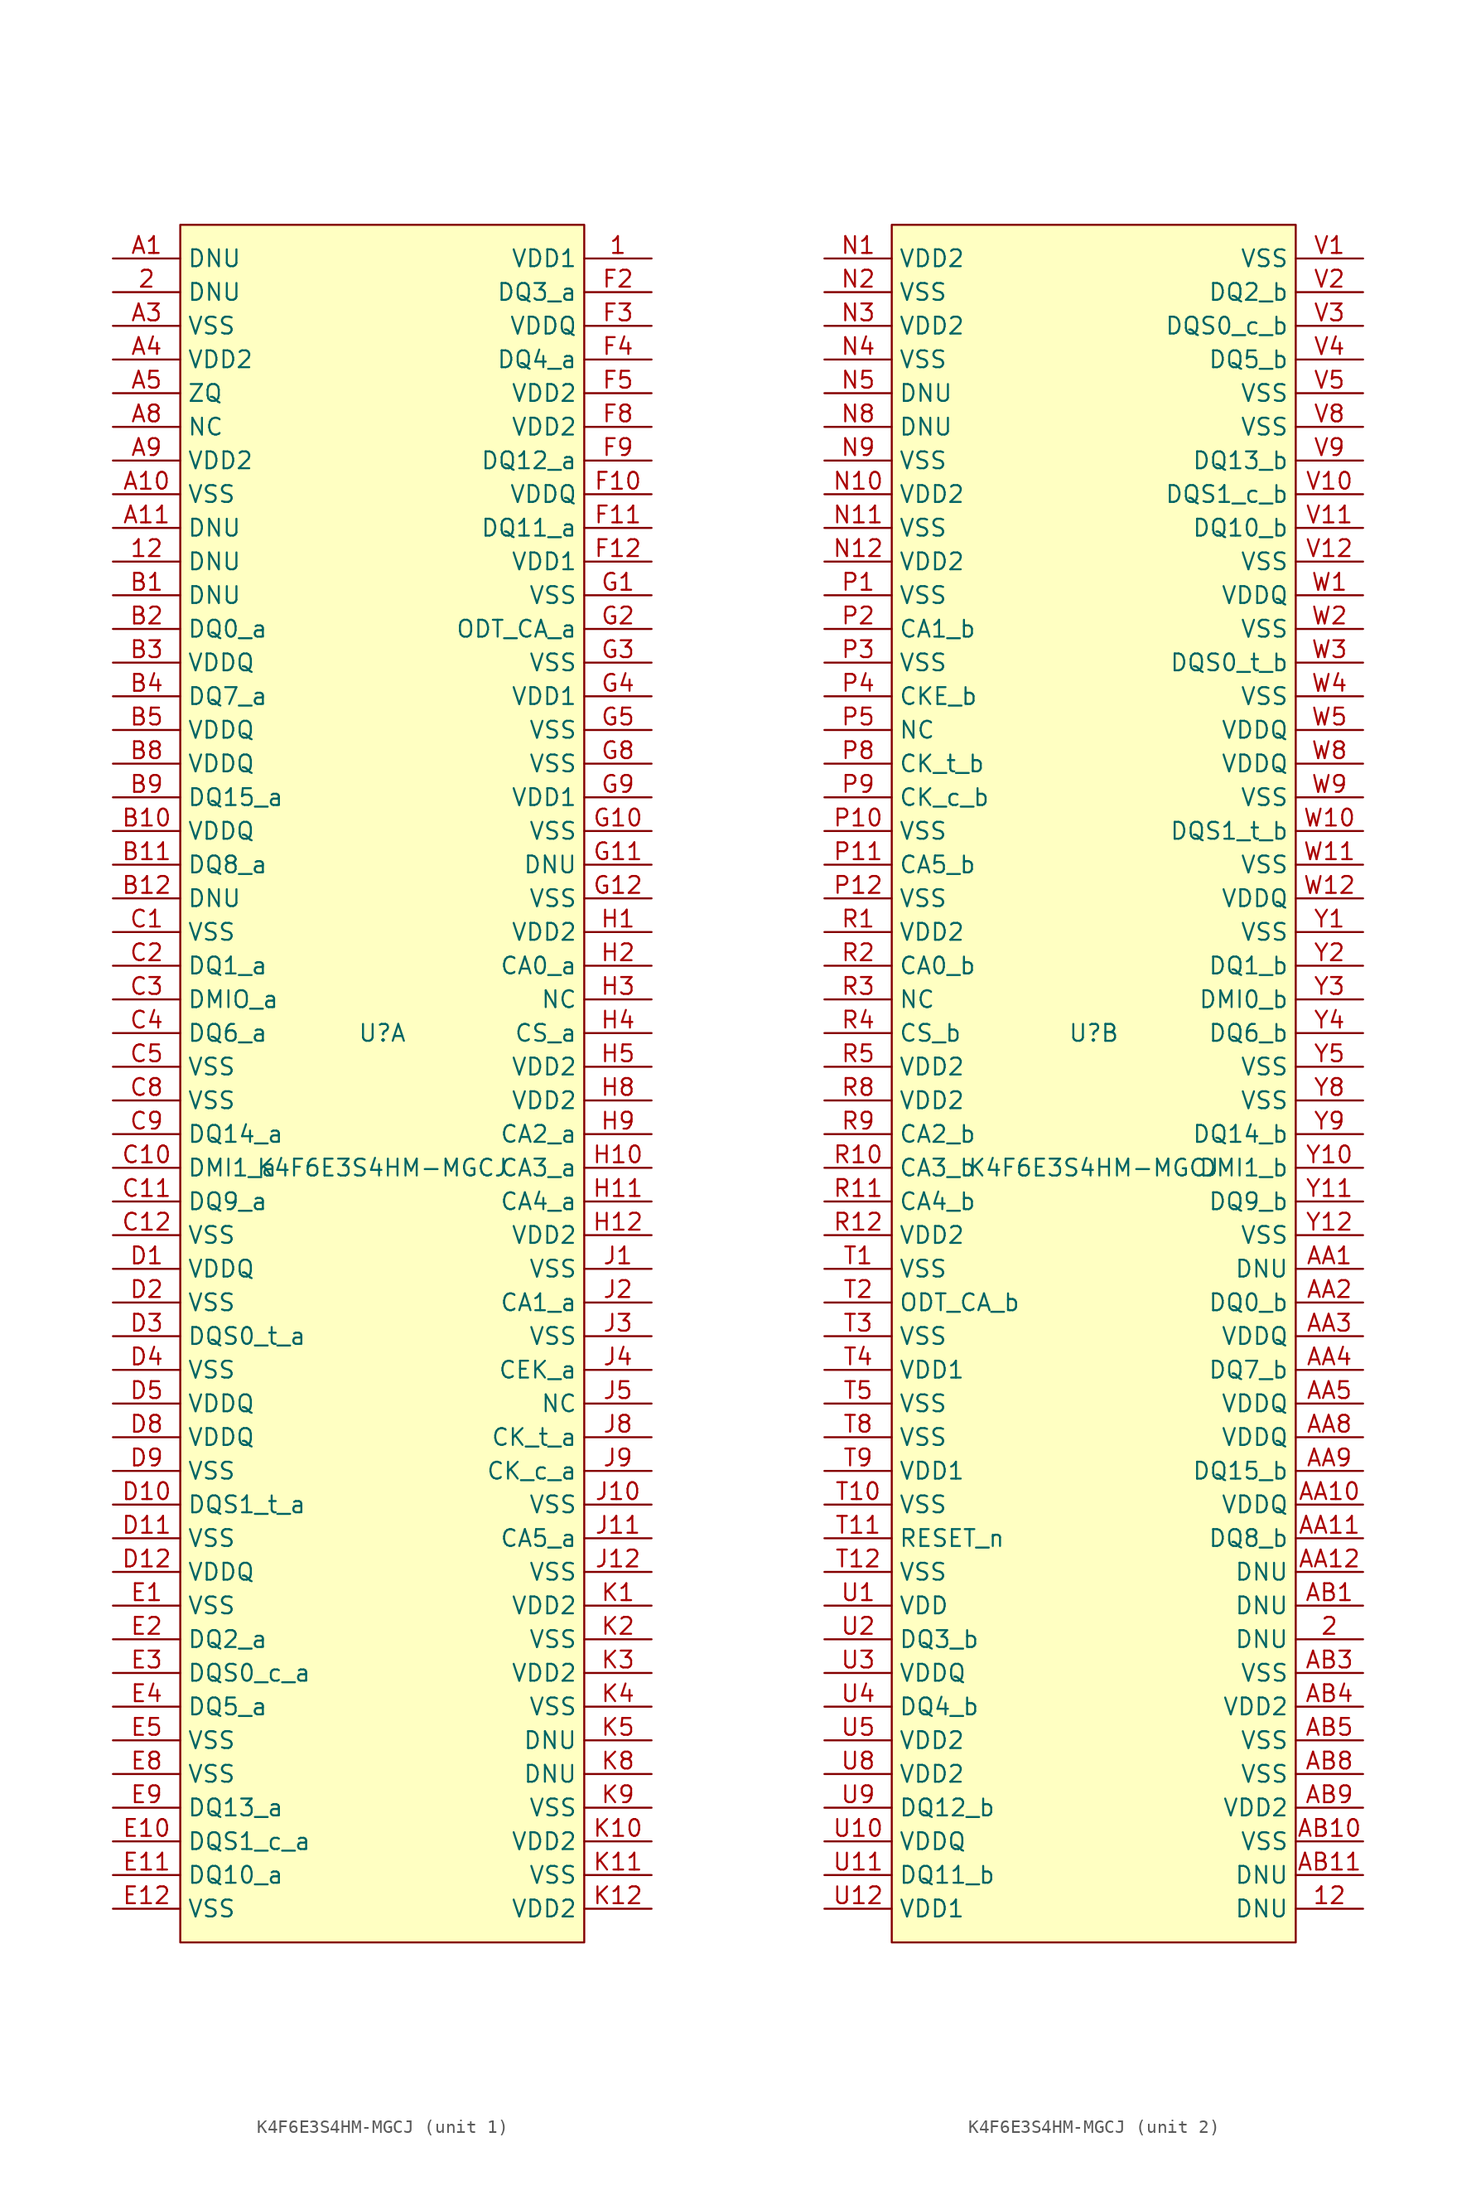
<source format=kicad_sym>
(kicad_symbol_lib
  (version 20241209)
  (generator "kicad_symbol_editor")
  (generator_version "9.0")
  (symbol "K4F6E3S4HM-MGCJ"
    (property "Reference" "U"
      (at 0 5.08 0)
      (effects (font (size 1.27 1.27))))
    (property "Value" "K4F6E3S4HM-MGCJ"
      (at 0 -5.08 0)
      (effects (font (size 1.27 1.27))))
    (symbol "K4F6E3S4HM-MGCJ_1_1"
      (rectangle (start -15.24 66.04) (end 15.24 -63.5) (stroke (width 0) (type default)) (fill (type background)))
      (pin unspecified line (at -20.32 63.5 0) (length 5.08) (name "DNU" (effects (font (size 1.27 1.27)))) (number "A1" (effects (font (size 1.27 1.27)))))
      (pin unspecified line (at -20.32 60.96 0) (length 5.08) (name "DNU" (effects (font (size 1.27 1.27)))) (number "2" (effects (font (size 1.27 1.27)))))
      (pin unspecified line (at -20.32 58.42 0) (length 5.08) (name "VSS" (effects (font (size 1.27 1.27)))) (number "A3" (effects (font (size 1.27 1.27)))))
      (pin unspecified line (at -20.32 55.88 0) (length 5.08) (name "VDD2" (effects (font (size 1.27 1.27)))) (number "A4" (effects (font (size 1.27 1.27)))))
      (pin unspecified line (at -20.32 53.34 0) (length 5.08) (name "ZQ" (effects (font (size 1.27 1.27)))) (number "A5" (effects (font (size 1.27 1.27)))))
      (pin unspecified line (at -20.32 50.8 0) (length 5.08) (name "NC" (effects (font (size 1.27 1.27)))) (number "A8" (effects (font (size 1.27 1.27)))))
      (pin unspecified line (at -20.32 48.26 0) (length 5.08) (name "VDD2" (effects (font (size 1.27 1.27)))) (number "A9" (effects (font (size 1.27 1.27)))))
      (pin unspecified line (at -20.32 45.72 0) (length 5.08) (name "VSS" (effects (font (size 1.27 1.27)))) (number "A10" (effects (font (size 1.27 1.27)))))
      (pin unspecified line (at -20.32 43.18 0) (length 5.08) (name "DNU" (effects (font (size 1.27 1.27)))) (number "A11" (effects (font (size 1.27 1.27)))))
      (pin unspecified line (at -20.32 40.64 0) (length 5.08) (name "DNU" (effects (font (size 1.27 1.27)))) (number "12" (effects (font (size 1.27 1.27)))))
      (pin unspecified line (at -20.32 38.1 0) (length 5.08) (name "DNU" (effects (font (size 1.27 1.27)))) (number "B1" (effects (font (size 1.27 1.27)))))
      (pin unspecified line (at -20.32 35.56 0) (length 5.08) (name "DQ0_a" (effects (font (size 1.27 1.27)))) (number "B2" (effects (font (size 1.27 1.27)))))
      (pin unspecified line (at -20.32 33.02 0) (length 5.08) (name "VDDQ" (effects (font (size 1.27 1.27)))) (number "B3" (effects (font (size 1.27 1.27)))))
      (pin unspecified line (at -20.32 30.48 0) (length 5.08) (name "DQ7_a" (effects (font (size 1.27 1.27)))) (number "B4" (effects (font (size 1.27 1.27)))))
      (pin unspecified line (at -20.32 27.94 0) (length 5.08) (name "VDDQ" (effects (font (size 1.27 1.27)))) (number "B5" (effects (font (size 1.27 1.27)))))
      (pin unspecified line (at -20.32 25.4 0) (length 5.08) (name "VDDQ" (effects (font (size 1.27 1.27)))) (number "B8" (effects (font (size 1.27 1.27)))))
      (pin unspecified line (at -20.32 22.86 0) (length 5.08) (name "DQ15_a" (effects (font (size 1.27 1.27)))) (number "B9" (effects (font (size 1.27 1.27)))))
      (pin unspecified line (at -20.32 20.32 0) (length 5.08) (name "VDDQ" (effects (font (size 1.27 1.27)))) (number "B10" (effects (font (size 1.27 1.27)))))
      (pin unspecified line (at -20.32 17.78 0) (length 5.08) (name "DQ8_a" (effects (font (size 1.27 1.27)))) (number "B11" (effects (font (size 1.27 1.27)))))
      (pin unspecified line (at -20.32 15.24 0) (length 5.08) (name "DNU" (effects (font (size 1.27 1.27)))) (number "B12" (effects (font (size 1.27 1.27)))))
      (pin unspecified line (at -20.32 12.7 0) (length 5.08) (name "VSS" (effects (font (size 1.27 1.27)))) (number "C1" (effects (font (size 1.27 1.27)))))
      (pin unspecified line (at -20.32 10.16 0) (length 5.08) (name "DQ1_a" (effects (font (size 1.27 1.27)))) (number "C2" (effects (font (size 1.27 1.27)))))
      (pin unspecified line (at -20.32 7.62 0) (length 5.08) (name "DMIO_a" (effects (font (size 1.27 1.27)))) (number "C3" (effects (font (size 1.27 1.27)))))
      (pin unspecified line (at -20.32 5.08 0) (length 5.08) (name "DQ6_a" (effects (font (size 1.27 1.27)))) (number "C4" (effects (font (size 1.27 1.27)))))
      (pin unspecified line (at -20.32 2.54 0) (length 5.08) (name "VSS" (effects (font (size 1.27 1.27)))) (number "C5" (effects (font (size 1.27 1.27)))))
      (pin unspecified line (at -20.32 0 0) (length 5.08) (name "VSS" (effects (font (size 1.27 1.27)))) (number "C8" (effects (font (size 1.27 1.27)))))
      (pin unspecified line (at -20.32 -2.54 0) (length 5.08) (name "DQ14_a" (effects (font (size 1.27 1.27)))) (number "C9" (effects (font (size 1.27 1.27)))))
      (pin unspecified line (at -20.32 -5.08 0) (length 5.08) (name "DMI1_a" (effects (font (size 1.27 1.27)))) (number "C10" (effects (font (size 1.27 1.27)))))
      (pin unspecified line (at -20.32 -7.62 0) (length 5.08) (name "DQ9_a" (effects (font (size 1.27 1.27)))) (number "C11" (effects (font (size 1.27 1.27)))))
      (pin unspecified line (at -20.32 -10.16 0) (length 5.08) (name "VSS" (effects (font (size 1.27 1.27)))) (number "C12" (effects (font (size 1.27 1.27)))))
      (pin unspecified line (at -20.32 -12.7 0) (length 5.08) (name "VDDQ" (effects (font (size 1.27 1.27)))) (number "D1" (effects (font (size 1.27 1.27)))))
      (pin unspecified line (at -20.32 -15.24 0) (length 5.08) (name "VSS" (effects (font (size 1.27 1.27)))) (number "D2" (effects (font (size 1.27 1.27)))))
      (pin unspecified line (at -20.32 -17.78 0) (length 5.08) (name "DQS0_t_a" (effects (font (size 1.27 1.27)))) (number "D3" (effects (font (size 1.27 1.27)))))
      (pin unspecified line (at -20.32 -20.32 0) (length 5.08) (name "VSS" (effects (font (size 1.27 1.27)))) (number "D4" (effects (font (size 1.27 1.27)))))
      (pin unspecified line (at -20.32 -22.86 0) (length 5.08) (name "VDDQ" (effects (font (size 1.27 1.27)))) (number "D5" (effects (font (size 1.27 1.27)))))
      (pin unspecified line (at -20.32 -25.4 0) (length 5.08) (name "VDDQ" (effects (font (size 1.27 1.27)))) (number "D8" (effects (font (size 1.27 1.27)))))
      (pin unspecified line (at -20.32 -27.94 0) (length 5.08) (name "VSS" (effects (font (size 1.27 1.27)))) (number "D9" (effects (font (size 1.27 1.27)))))
      (pin unspecified line (at -20.32 -30.48 0) (length 5.08) (name "DQS1_t_a" (effects (font (size 1.27 1.27)))) (number "D10" (effects (font (size 1.27 1.27)))))
      (pin unspecified line (at -20.32 -33.02 0) (length 5.08) (name "VSS" (effects (font (size 1.27 1.27)))) (number "D11" (effects (font (size 1.27 1.27)))))
      (pin unspecified line (at -20.32 -35.56 0) (length 5.08) (name "VDDQ" (effects (font (size 1.27 1.27)))) (number "D12" (effects (font (size 1.27 1.27)))))
      (pin unspecified line (at -20.32 -38.1 0) (length 5.08) (name "VSS" (effects (font (size 1.27 1.27)))) (number "E1" (effects (font (size 1.27 1.27)))))
      (pin unspecified line (at -20.32 -40.64 0) (length 5.08) (name "DQ2_a" (effects (font (size 1.27 1.27)))) (number "E2" (effects (font (size 1.27 1.27)))))
      (pin unspecified line (at -20.32 -43.18 0) (length 5.08) (name "DQS0_c_a" (effects (font (size 1.27 1.27)))) (number "E3" (effects (font (size 1.27 1.27)))))
      (pin unspecified line (at -20.32 -45.72 0) (length 5.08) (name "DQ5_a" (effects (font (size 1.27 1.27)))) (number "E4" (effects (font (size 1.27 1.27)))))
      (pin unspecified line (at -20.32 -48.26 0) (length 5.08) (name "VSS" (effects (font (size 1.27 1.27)))) (number "E5" (effects (font (size 1.27 1.27)))))
      (pin unspecified line (at -20.32 -50.8 0) (length 5.08) (name "VSS" (effects (font (size 1.27 1.27)))) (number "E8" (effects (font (size 1.27 1.27)))))
      (pin unspecified line (at -20.32 -53.34 0) (length 5.08) (name "DQ13_a" (effects (font (size 1.27 1.27)))) (number "E9" (effects (font (size 1.27 1.27)))))
      (pin unspecified line (at -20.32 -55.88 0) (length 5.08) (name "DQS1_c_a" (effects (font (size 1.27 1.27)))) (number "E10" (effects (font (size 1.27 1.27)))))
      (pin unspecified line (at -20.32 -58.42 0) (length 5.08) (name "DQ10_a" (effects (font (size 1.27 1.27)))) (number "E11" (effects (font (size 1.27 1.27)))))
      (pin unspecified line (at -20.32 -60.96 0) (length 5.08) (name "VSS" (effects (font (size 1.27 1.27)))) (number "E12" (effects (font (size 1.27 1.27)))))
      (pin unspecified line (at 20.32 63.5 180) (length 5.08) (name "VDD1" (effects (font (size 1.27 1.27)))) (number "1" (effects (font (size 1.27 1.27)))))
      (pin unspecified line (at 20.32 60.96 180) (length 5.08) (name "DQ3_a" (effects (font (size 1.27 1.27)))) (number "F2" (effects (font (size 1.27 1.27)))))
      (pin unspecified line (at 20.32 58.42 180) (length 5.08) (name "VDDQ" (effects (font (size 1.27 1.27)))) (number "F3" (effects (font (size 1.27 1.27)))))
      (pin unspecified line (at 20.32 55.88 180) (length 5.08) (name "DQ4_a" (effects (font (size 1.27 1.27)))) (number "F4" (effects (font (size 1.27 1.27)))))
      (pin unspecified line (at 20.32 53.34 180) (length 5.08) (name "VDD2" (effects (font (size 1.27 1.27)))) (number "F5" (effects (font (size 1.27 1.27)))))
      (pin unspecified line (at 20.32 50.8 180) (length 5.08) (name "VDD2" (effects (font (size 1.27 1.27)))) (number "F8" (effects (font (size 1.27 1.27)))))
      (pin unspecified line (at 20.32 48.26 180) (length 5.08) (name "DQ12_a" (effects (font (size 1.27 1.27)))) (number "F9" (effects (font (size 1.27 1.27)))))
      (pin unspecified line (at 20.32 45.72 180) (length 5.08) (name "VDDQ" (effects (font (size 1.27 1.27)))) (number "F10" (effects (font (size 1.27 1.27)))))
      (pin unspecified line (at 20.32 43.18 180) (length 5.08) (name "DQ11_a" (effects (font (size 1.27 1.27)))) (number "F11" (effects (font (size 1.27 1.27)))))
      (pin unspecified line (at 20.32 40.64 180) (length 5.08) (name "VDD1" (effects (font (size 1.27 1.27)))) (number "F12" (effects (font (size 1.27 1.27)))))
      (pin unspecified line (at 20.32 38.1 180) (length 5.08) (name "VSS" (effects (font (size 1.27 1.27)))) (number "G1" (effects (font (size 1.27 1.27)))))
      (pin unspecified line (at 20.32 35.56 180) (length 5.08) (name "ODT_CA_a" (effects (font (size 1.27 1.27)))) (number "G2" (effects (font (size 1.27 1.27)))))
      (pin unspecified line (at 20.32 33.02 180) (length 5.08) (name "VSS" (effects (font (size 1.27 1.27)))) (number "G3" (effects (font (size 1.27 1.27)))))
      (pin unspecified line (at 20.32 30.48 180) (length 5.08) (name "VDD1" (effects (font (size 1.27 1.27)))) (number "G4" (effects (font (size 1.27 1.27)))))
      (pin unspecified line (at 20.32 27.94 180) (length 5.08) (name "VSS" (effects (font (size 1.27 1.27)))) (number "G5" (effects (font (size 1.27 1.27)))))
      (pin unspecified line (at 20.32 25.4 180) (length 5.08) (name "VSS" (effects (font (size 1.27 1.27)))) (number "G8" (effects (font (size 1.27 1.27)))))
      (pin unspecified line (at 20.32 22.86 180) (length 5.08) (name "VDD1" (effects (font (size 1.27 1.27)))) (number "G9" (effects (font (size 1.27 1.27)))))
      (pin unspecified line (at 20.32 20.32 180) (length 5.08) (name "VSS" (effects (font (size 1.27 1.27)))) (number "G10" (effects (font (size 1.27 1.27)))))
      (pin unspecified line (at 20.32 17.78 180) (length 5.08) (name "DNU" (effects (font (size 1.27 1.27)))) (number "G11" (effects (font (size 1.27 1.27)))))
      (pin unspecified line (at 20.32 15.24 180) (length 5.08) (name "VSS" (effects (font (size 1.27 1.27)))) (number "G12" (effects (font (size 1.27 1.27)))))
      (pin unspecified line (at 20.32 12.7 180) (length 5.08) (name "VDD2" (effects (font (size 1.27 1.27)))) (number "H1" (effects (font (size 1.27 1.27)))))
      (pin unspecified line (at 20.32 10.16 180) (length 5.08) (name "CA0_a" (effects (font (size 1.27 1.27)))) (number "H2" (effects (font (size 1.27 1.27)))))
      (pin unspecified line (at 20.32 7.62 180) (length 5.08) (name "NC" (effects (font (size 1.27 1.27)))) (number "H3" (effects (font (size 1.27 1.27)))))
      (pin unspecified line (at 20.32 5.08 180) (length 5.08) (name "CS_a" (effects (font (size 1.27 1.27)))) (number "H4" (effects (font (size 1.27 1.27)))))
      (pin unspecified line (at 20.32 2.54 180) (length 5.08) (name "VDD2" (effects (font (size 1.27 1.27)))) (number "H5" (effects (font (size 1.27 1.27)))))
      (pin unspecified line (at 20.32 0 180) (length 5.08) (name "VDD2" (effects (font (size 1.27 1.27)))) (number "H8" (effects (font (size 1.27 1.27)))))
      (pin unspecified line (at 20.32 -2.54 180) (length 5.08) (name "CA2_a" (effects (font (size 1.27 1.27)))) (number "H9" (effects (font (size 1.27 1.27)))))
      (pin unspecified line (at 20.32 -5.08 180) (length 5.08) (name "CA3_a" (effects (font (size 1.27 1.27)))) (number "H10" (effects (font (size 1.27 1.27)))))
      (pin unspecified line (at 20.32 -7.62 180) (length 5.08) (name "CA4_a" (effects (font (size 1.27 1.27)))) (number "H11" (effects (font (size 1.27 1.27)))))
      (pin unspecified line (at 20.32 -10.16 180) (length 5.08) (name "VDD2" (effects (font (size 1.27 1.27)))) (number "H12" (effects (font (size 1.27 1.27)))))
      (pin unspecified line (at 20.32 -12.7 180) (length 5.08) (name "VSS" (effects (font (size 1.27 1.27)))) (number "J1" (effects (font (size 1.27 1.27)))))
      (pin unspecified line (at 20.32 -15.24 180) (length 5.08) (name "CA1_a" (effects (font (size 1.27 1.27)))) (number "J2" (effects (font (size 1.27 1.27)))))
      (pin unspecified line (at 20.32 -17.78 180) (length 5.08) (name "VSS" (effects (font (size 1.27 1.27)))) (number "J3" (effects (font (size 1.27 1.27)))))
      (pin unspecified line (at 20.32 -20.32 180) (length 5.08) (name "CEK_a" (effects (font (size 1.27 1.27)))) (number "J4" (effects (font (size 1.27 1.27)))))
      (pin unspecified line (at 20.32 -22.86 180) (length 5.08) (name "NC" (effects (font (size 1.27 1.27)))) (number "J5" (effects (font (size 1.27 1.27)))))
      (pin unspecified line (at 20.32 -25.4 180) (length 5.08) (name "CK_t_a" (effects (font (size 1.27 1.27)))) (number "J8" (effects (font (size 1.27 1.27)))))
      (pin unspecified line (at 20.32 -27.94 180) (length 5.08) (name "CK_c_a" (effects (font (size 1.27 1.27)))) (number "J9" (effects (font (size 1.27 1.27)))))
      (pin unspecified line (at 20.32 -30.48 180) (length 5.08) (name "VSS" (effects (font (size 1.27 1.27)))) (number "J10" (effects (font (size 1.27 1.27)))))
      (pin unspecified line (at 20.32 -33.02 180) (length 5.08) (name "CA5_a" (effects (font (size 1.27 1.27)))) (number "J11" (effects (font (size 1.27 1.27)))))
      (pin unspecified line (at 20.32 -35.56 180) (length 5.08) (name "VSS" (effects (font (size 1.27 1.27)))) (number "J12" (effects (font (size 1.27 1.27)))))
      (pin unspecified line (at 20.32 -38.1 180) (length 5.08) (name "VDD2" (effects (font (size 1.27 1.27)))) (number "K1" (effects (font (size 1.27 1.27)))))
      (pin unspecified line (at 20.32 -40.64 180) (length 5.08) (name "VSS" (effects (font (size 1.27 1.27)))) (number "K2" (effects (font (size 1.27 1.27)))))
      (pin unspecified line (at 20.32 -43.18 180) (length 5.08) (name "VDD2" (effects (font (size 1.27 1.27)))) (number "K3" (effects (font (size 1.27 1.27)))))
      (pin unspecified line (at 20.32 -45.72 180) (length 5.08) (name "VSS" (effects (font (size 1.27 1.27)))) (number "K4" (effects (font (size 1.27 1.27)))))
      (pin unspecified line (at 20.32 -48.26 180) (length 5.08) (name "DNU" (effects (font (size 1.27 1.27)))) (number "K5" (effects (font (size 1.27 1.27)))))
      (pin unspecified line (at 20.32 -50.8 180) (length 5.08) (name "DNU" (effects (font (size 1.27 1.27)))) (number "K8" (effects (font (size 1.27 1.27)))))
      (pin unspecified line (at 20.32 -53.34 180) (length 5.08) (name "VSS" (effects (font (size 1.27 1.27)))) (number "K9" (effects (font (size 1.27 1.27)))))
      (pin unspecified line (at 20.32 -55.88 180) (length 5.08) (name "VDD2" (effects (font (size 1.27 1.27)))) (number "K10" (effects (font (size 1.27 1.27)))))
      (pin unspecified line (at 20.32 -58.42 180) (length 5.08) (name "VSS" (effects (font (size 1.27 1.27)))) (number "K11" (effects (font (size 1.27 1.27)))))
      (pin unspecified line (at 20.32 -60.96 180) (length 5.08) (name "VDD2" (effects (font (size 1.27 1.27)))) (number "K12" (effects (font (size 1.27 1.27))))))
    (symbol "K4F6E3S4HM-MGCJ_2_1"
      (rectangle (start -15.24 66.04) (end 15.24 -63.5) (stroke (width 0) (type default)) (fill (type background)))
      (pin unspecified line (at -20.32 63.5 0) (length 5.08) (name "VDD2" (effects (font (size 1.27 1.27)))) (number "N1" (effects (font (size 1.27 1.27)))))
      (pin unspecified line (at -20.32 60.96 0) (length 5.08) (name "VSS" (effects (font (size 1.27 1.27)))) (number "N2" (effects (font (size 1.27 1.27)))))
      (pin unspecified line (at -20.32 58.42 0) (length 5.08) (name "VDD2" (effects (font (size 1.27 1.27)))) (number "N3" (effects (font (size 1.27 1.27)))))
      (pin unspecified line (at -20.32 55.88 0) (length 5.08) (name "VSS" (effects (font (size 1.27 1.27)))) (number "N4" (effects (font (size 1.27 1.27)))))
      (pin unspecified line (at -20.32 53.34 0) (length 5.08) (name "DNU" (effects (font (size 1.27 1.27)))) (number "N5" (effects (font (size 1.27 1.27)))))
      (pin unspecified line (at -20.32 50.8 0) (length 5.08) (name "DNU" (effects (font (size 1.27 1.27)))) (number "N8" (effects (font (size 1.27 1.27)))))
      (pin unspecified line (at -20.32 48.26 0) (length 5.08) (name "VSS" (effects (font (size 1.27 1.27)))) (number "N9" (effects (font (size 1.27 1.27)))))
      (pin unspecified line (at -20.32 45.72 0) (length 5.08) (name "VDD2" (effects (font (size 1.27 1.27)))) (number "N10" (effects (font (size 1.27 1.27)))))
      (pin unspecified line (at -20.32 43.18 0) (length 5.08) (name "VSS" (effects (font (size 1.27 1.27)))) (number "N11" (effects (font (size 1.27 1.27)))))
      (pin unspecified line (at -20.32 40.64 0) (length 5.08) (name "VDD2" (effects (font (size 1.27 1.27)))) (number "N12" (effects (font (size 1.27 1.27)))))
      (pin unspecified line (at -20.32 38.1 0) (length 5.08) (name "VSS" (effects (font (size 1.27 1.27)))) (number "P1" (effects (font (size 1.27 1.27)))))
      (pin unspecified line (at -20.32 35.56 0) (length 5.08) (name "CA1_b" (effects (font (size 1.27 1.27)))) (number "P2" (effects (font (size 1.27 1.27)))))
      (pin unspecified line (at -20.32 33.02 0) (length 5.08) (name "VSS" (effects (font (size 1.27 1.27)))) (number "P3" (effects (font (size 1.27 1.27)))))
      (pin unspecified line (at -20.32 30.48 0) (length 5.08) (name "CKE_b" (effects (font (size 1.27 1.27)))) (number "P4" (effects (font (size 1.27 1.27)))))
      (pin unspecified line (at -20.32 27.94 0) (length 5.08) (name "NC" (effects (font (size 1.27 1.27)))) (number "P5" (effects (font (size 1.27 1.27)))))
      (pin unspecified line (at -20.32 25.4 0) (length 5.08) (name "CK_t_b" (effects (font (size 1.27 1.27)))) (number "P8" (effects (font (size 1.27 1.27)))))
      (pin unspecified line (at -20.32 22.86 0) (length 5.08) (name "CK_c_b" (effects (font (size 1.27 1.27)))) (number "P9" (effects (font (size 1.27 1.27)))))
      (pin unspecified line (at -20.32 20.32 0) (length 5.08) (name "VSS" (effects (font (size 1.27 1.27)))) (number "P10" (effects (font (size 1.27 1.27)))))
      (pin unspecified line (at -20.32 17.78 0) (length 5.08) (name "CA5_b" (effects (font (size 1.27 1.27)))) (number "P11" (effects (font (size 1.27 1.27)))))
      (pin unspecified line (at -20.32 15.24 0) (length 5.08) (name "VSS" (effects (font (size 1.27 1.27)))) (number "P12" (effects (font (size 1.27 1.27)))))
      (pin unspecified line (at -20.32 12.7 0) (length 5.08) (name "VDD2" (effects (font (size 1.27 1.27)))) (number "R1" (effects (font (size 1.27 1.27)))))
      (pin unspecified line (at -20.32 10.16 0) (length 5.08) (name "CA0_b" (effects (font (size 1.27 1.27)))) (number "R2" (effects (font (size 1.27 1.27)))))
      (pin unspecified line (at -20.32 7.62 0) (length 5.08) (name "NC" (effects (font (size 1.27 1.27)))) (number "R3" (effects (font (size 1.27 1.27)))))
      (pin unspecified line (at -20.32 5.08 0) (length 5.08) (name "CS_b" (effects (font (size 1.27 1.27)))) (number "R4" (effects (font (size 1.27 1.27)))))
      (pin unspecified line (at -20.32 2.54 0) (length 5.08) (name "VDD2" (effects (font (size 1.27 1.27)))) (number "R5" (effects (font (size 1.27 1.27)))))
      (pin unspecified line (at -20.32 0 0) (length 5.08) (name "VDD2" (effects (font (size 1.27 1.27)))) (number "R8" (effects (font (size 1.27 1.27)))))
      (pin unspecified line (at -20.32 -2.54 0) (length 5.08) (name "CA2_b" (effects (font (size 1.27 1.27)))) (number "R9" (effects (font (size 1.27 1.27)))))
      (pin unspecified line (at -20.32 -5.08 0) (length 5.08) (name "CA3_b" (effects (font (size 1.27 1.27)))) (number "R10" (effects (font (size 1.27 1.27)))))
      (pin unspecified line (at -20.32 -7.62 0) (length 5.08) (name "CA4_b" (effects (font (size 1.27 1.27)))) (number "R11" (effects (font (size 1.27 1.27)))))
      (pin unspecified line (at -20.32 -10.16 0) (length 5.08) (name "VDD2" (effects (font (size 1.27 1.27)))) (number "R12" (effects (font (size 1.27 1.27)))))
      (pin unspecified line (at -20.32 -12.7 0) (length 5.08) (name "VSS" (effects (font (size 1.27 1.27)))) (number "T1" (effects (font (size 1.27 1.27)))))
      (pin unspecified line (at -20.32 -15.24 0) (length 5.08) (name "ODT_CA_b" (effects (font (size 1.27 1.27)))) (number "T2" (effects (font (size 1.27 1.27)))))
      (pin unspecified line (at -20.32 -17.78 0) (length 5.08) (name "VSS" (effects (font (size 1.27 1.27)))) (number "T3" (effects (font (size 1.27 1.27)))))
      (pin unspecified line (at -20.32 -20.32 0) (length 5.08) (name "VDD1" (effects (font (size 1.27 1.27)))) (number "T4" (effects (font (size 1.27 1.27)))))
      (pin unspecified line (at -20.32 -22.86 0) (length 5.08) (name "VSS" (effects (font (size 1.27 1.27)))) (number "T5" (effects (font (size 1.27 1.27)))))
      (pin unspecified line (at -20.32 -25.4 0) (length 5.08) (name "VSS" (effects (font (size 1.27 1.27)))) (number "T8" (effects (font (size 1.27 1.27)))))
      (pin unspecified line (at -20.32 -27.94 0) (length 5.08) (name "VDD1" (effects (font (size 1.27 1.27)))) (number "T9" (effects (font (size 1.27 1.27)))))
      (pin unspecified line (at -20.32 -30.48 0) (length 5.08) (name "VSS" (effects (font (size 1.27 1.27)))) (number "T10" (effects (font (size 1.27 1.27)))))
      (pin unspecified line (at -20.32 -33.02 0) (length 5.08) (name "RESET_n" (effects (font (size 1.27 1.27)))) (number "T11" (effects (font (size 1.27 1.27)))))
      (pin unspecified line (at -20.32 -35.56 0) (length 5.08) (name "VSS" (effects (font (size 1.27 1.27)))) (number "T12" (effects (font (size 1.27 1.27)))))
      (pin unspecified line (at -20.32 -38.1 0) (length 5.08) (name "VDD" (effects (font (size 1.27 1.27)))) (number "U1" (effects (font (size 1.27 1.27)))))
      (pin unspecified line (at -20.32 -40.64 0) (length 5.08) (name "DQ3_b" (effects (font (size 1.27 1.27)))) (number "U2" (effects (font (size 1.27 1.27)))))
      (pin unspecified line (at -20.32 -43.18 0) (length 5.08) (name "VDDQ" (effects (font (size 1.27 1.27)))) (number "U3" (effects (font (size 1.27 1.27)))))
      (pin unspecified line (at -20.32 -45.72 0) (length 5.08) (name "DQ4_b" (effects (font (size 1.27 1.27)))) (number "U4" (effects (font (size 1.27 1.27)))))
      (pin unspecified line (at -20.32 -48.26 0) (length 5.08) (name "VDD2" (effects (font (size 1.27 1.27)))) (number "U5" (effects (font (size 1.27 1.27)))))
      (pin unspecified line (at -20.32 -50.8 0) (length 5.08) (name "VDD2" (effects (font (size 1.27 1.27)))) (number "U8" (effects (font (size 1.27 1.27)))))
      (pin unspecified line (at -20.32 -53.34 0) (length 5.08) (name "DQ12_b" (effects (font (size 1.27 1.27)))) (number "U9" (effects (font (size 1.27 1.27)))))
      (pin unspecified line (at -20.32 -55.88 0) (length 5.08) (name "VDDQ" (effects (font (size 1.27 1.27)))) (number "U10" (effects (font (size 1.27 1.27)))))
      (pin unspecified line (at -20.32 -58.42 0) (length 5.08) (name "DQ11_b" (effects (font (size 1.27 1.27)))) (number "U11" (effects (font (size 1.27 1.27)))))
      (pin unspecified line (at -20.32 -60.96 0) (length 5.08) (name "VDD1" (effects (font (size 1.27 1.27)))) (number "U12" (effects (font (size 1.27 1.27)))))
      (pin unspecified line (at 20.32 63.5 180) (length 5.08) (name "VSS" (effects (font (size 1.27 1.27)))) (number "V1" (effects (font (size 1.27 1.27)))))
      (pin unspecified line (at 20.32 60.96 180) (length 5.08) (name "DQ2_b" (effects (font (size 1.27 1.27)))) (number "V2" (effects (font (size 1.27 1.27)))))
      (pin unspecified line (at 20.32 58.42 180) (length 5.08) (name "DQS0_c_b" (effects (font (size 1.27 1.27)))) (number "V3" (effects (font (size 1.27 1.27)))))
      (pin unspecified line (at 20.32 55.88 180) (length 5.08) (name "DQ5_b" (effects (font (size 1.27 1.27)))) (number "V4" (effects (font (size 1.27 1.27)))))
      (pin unspecified line (at 20.32 53.34 180) (length 5.08) (name "VSS" (effects (font (size 1.27 1.27)))) (number "V5" (effects (font (size 1.27 1.27)))))
      (pin unspecified line (at 20.32 50.8 180) (length 5.08) (name "VSS" (effects (font (size 1.27 1.27)))) (number "V8" (effects (font (size 1.27 1.27)))))
      (pin unspecified line (at 20.32 48.26 180) (length 5.08) (name "DQ13_b" (effects (font (size 1.27 1.27)))) (number "V9" (effects (font (size 1.27 1.27)))))
      (pin unspecified line (at 20.32 45.72 180) (length 5.08) (name "DQS1_c_b" (effects (font (size 1.27 1.27)))) (number "V10" (effects (font (size 1.27 1.27)))))
      (pin unspecified line (at 20.32 43.18 180) (length 5.08) (name "DQ10_b" (effects (font (size 1.27 1.27)))) (number "V11" (effects (font (size 1.27 1.27)))))
      (pin unspecified line (at 20.32 40.64 180) (length 5.08) (name "VSS" (effects (font (size 1.27 1.27)))) (number "V12" (effects (font (size 1.27 1.27)))))
      (pin unspecified line (at 20.32 38.1 180) (length 5.08) (name "VDDQ" (effects (font (size 1.27 1.27)))) (number "W1" (effects (font (size 1.27 1.27)))))
      (pin unspecified line (at 20.32 35.56 180) (length 5.08) (name "VSS" (effects (font (size 1.27 1.27)))) (number "W2" (effects (font (size 1.27 1.27)))))
      (pin unspecified line (at 20.32 33.02 180) (length 5.08) (name "DQS0_t_b" (effects (font (size 1.27 1.27)))) (number "W3" (effects (font (size 1.27 1.27)))))
      (pin unspecified line (at 20.32 30.48 180) (length 5.08) (name "VSS" (effects (font (size 1.27 1.27)))) (number "W4" (effects (font (size 1.27 1.27)))))
      (pin unspecified line (at 20.32 27.94 180) (length 5.08) (name "VDDQ" (effects (font (size 1.27 1.27)))) (number "W5" (effects (font (size 1.27 1.27)))))
      (pin unspecified line (at 20.32 25.4 180) (length 5.08) (name "VDDQ" (effects (font (size 1.27 1.27)))) (number "W8" (effects (font (size 1.27 1.27)))))
      (pin unspecified line (at 20.32 22.86 180) (length 5.08) (name "VSS" (effects (font (size 1.27 1.27)))) (number "W9" (effects (font (size 1.27 1.27)))))
      (pin unspecified line (at 20.32 20.32 180) (length 5.08) (name "DQS1_t_b" (effects (font (size 1.27 1.27)))) (number "W10" (effects (font (size 1.27 1.27)))))
      (pin unspecified line (at 20.32 17.78 180) (length 5.08) (name "VSS" (effects (font (size 1.27 1.27)))) (number "W11" (effects (font (size 1.27 1.27)))))
      (pin unspecified line (at 20.32 15.24 180) (length 5.08) (name "VDDQ" (effects (font (size 1.27 1.27)))) (number "W12" (effects (font (size 1.27 1.27)))))
      (pin unspecified line (at 20.32 12.7 180) (length 5.08) (name "VSS" (effects (font (size 1.27 1.27)))) (number "Y1" (effects (font (size 1.27 1.27)))))
      (pin unspecified line (at 20.32 10.16 180) (length 5.08) (name "DQ1_b" (effects (font (size 1.27 1.27)))) (number "Y2" (effects (font (size 1.27 1.27)))))
      (pin unspecified line (at 20.32 7.62 180) (length 5.08) (name "DMI0_b" (effects (font (size 1.27 1.27)))) (number "Y3" (effects (font (size 1.27 1.27)))))
      (pin unspecified line (at 20.32 5.08 180) (length 5.08) (name "DQ6_b" (effects (font (size 1.27 1.27)))) (number "Y4" (effects (font (size 1.27 1.27)))))
      (pin unspecified line (at 20.32 2.54 180) (length 5.08) (name "VSS" (effects (font (size 1.27 1.27)))) (number "Y5" (effects (font (size 1.27 1.27)))))
      (pin unspecified line (at 20.32 0 180) (length 5.08) (name "VSS" (effects (font (size 1.27 1.27)))) (number "Y8" (effects (font (size 1.27 1.27)))))
      (pin unspecified line (at 20.32 -2.54 180) (length 5.08) (name "DQ14_b" (effects (font (size 1.27 1.27)))) (number "Y9" (effects (font (size 1.27 1.27)))))
      (pin unspecified line (at 20.32 -5.08 180) (length 5.08) (name "DMI1_b" (effects (font (size 1.27 1.27)))) (number "Y10" (effects (font (size 1.27 1.27)))))
      (pin unspecified line (at 20.32 -7.62 180) (length 5.08) (name "DQ9_b" (effects (font (size 1.27 1.27)))) (number "Y11" (effects (font (size 1.27 1.27)))))
      (pin unspecified line (at 20.32 -10.16 180) (length 5.08) (name "VSS" (effects (font (size 1.27 1.27)))) (number "Y12" (effects (font (size 1.27 1.27)))))
      (pin unspecified line (at 20.32 -12.7 180) (length 5.08) (name "DNU" (effects (font (size 1.27 1.27)))) (number "AA1" (effects (font (size 1.27 1.27)))))
      (pin unspecified line (at 20.32 -15.24 180) (length 5.08) (name "DQ0_b" (effects (font (size 1.27 1.27)))) (number "AA2" (effects (font (size 1.27 1.27)))))
      (pin unspecified line (at 20.32 -17.78 180) (length 5.08) (name "VDDQ" (effects (font (size 1.27 1.27)))) (number "AA3" (effects (font (size 1.27 1.27)))))
      (pin unspecified line (at 20.32 -20.32 180) (length 5.08) (name "DQ7_b" (effects (font (size 1.27 1.27)))) (number "AA4" (effects (font (size 1.27 1.27)))))
      (pin unspecified line (at 20.32 -22.86 180) (length 5.08) (name "VDDQ" (effects (font (size 1.27 1.27)))) (number "AA5" (effects (font (size 1.27 1.27)))))
      (pin unspecified line (at 20.32 -25.4 180) (length 5.08) (name "VDDQ" (effects (font (size 1.27 1.27)))) (number "AA8" (effects (font (size 1.27 1.27)))))
      (pin unspecified line (at 20.32 -27.94 180) (length 5.08) (name "DQ15_b" (effects (font (size 1.27 1.27)))) (number "AA9" (effects (font (size 1.27 1.27)))))
      (pin unspecified line (at 20.32 -30.48 180) (length 5.08) (name "VDDQ" (effects (font (size 1.27 1.27)))) (number "AA10" (effects (font (size 1.27 1.27)))))
      (pin unspecified line (at 20.32 -33.02 180) (length 5.08) (name "DQ8_b" (effects (font (size 1.27 1.27)))) (number "AA11" (effects (font (size 1.27 1.27)))))
      (pin unspecified line (at 20.32 -35.56 180) (length 5.08) (name "DNU" (effects (font (size 1.27 1.27)))) (number "AA12" (effects (font (size 1.27 1.27)))))
      (pin unspecified line (at 20.32 -38.1 180) (length 5.08) (name "DNU" (effects (font (size 1.27 1.27)))) (number "AB1" (effects (font (size 1.27 1.27)))))
      (pin unspecified line (at 20.32 -40.64 180) (length 5.08) (name "DNU" (effects (font (size 1.27 1.27)))) (number "2" (effects (font (size 1.27 1.27)))))
      (pin unspecified line (at 20.32 -43.18 180) (length 5.08) (name "VSS" (effects (font (size 1.27 1.27)))) (number "AB3" (effects (font (size 1.27 1.27)))))
      (pin unspecified line (at 20.32 -45.72 180) (length 5.08) (name "VDD2" (effects (font (size 1.27 1.27)))) (number "AB4" (effects (font (size 1.27 1.27)))))
      (pin unspecified line (at 20.32 -48.26 180) (length 5.08) (name "VSS" (effects (font (size 1.27 1.27)))) (number "AB5" (effects (font (size 1.27 1.27)))))
      (pin unspecified line (at 20.32 -50.8 180) (length 5.08) (name "VSS" (effects (font (size 1.27 1.27)))) (number "AB8" (effects (font (size 1.27 1.27)))))
      (pin unspecified line (at 20.32 -53.34 180) (length 5.08) (name "VDD2" (effects (font (size 1.27 1.27)))) (number "AB9" (effects (font (size 1.27 1.27)))))
      (pin unspecified line (at 20.32 -55.88 180) (length 5.08) (name "VSS" (effects (font (size 1.27 1.27)))) (number "AB10" (effects (font (size 1.27 1.27)))))
      (pin unspecified line (at 20.32 -58.42 180) (length 5.08) (name "DNU" (effects (font (size 1.27 1.27)))) (number "AB11" (effects (font (size 1.27 1.27)))))
      (pin unspecified line (at 20.32 -60.96 180) (length 5.08) (name "DNU" (effects (font (size 1.27 1.27)))) (number "12" (effects (font (size 1.27 1.27))))))))
</source>
